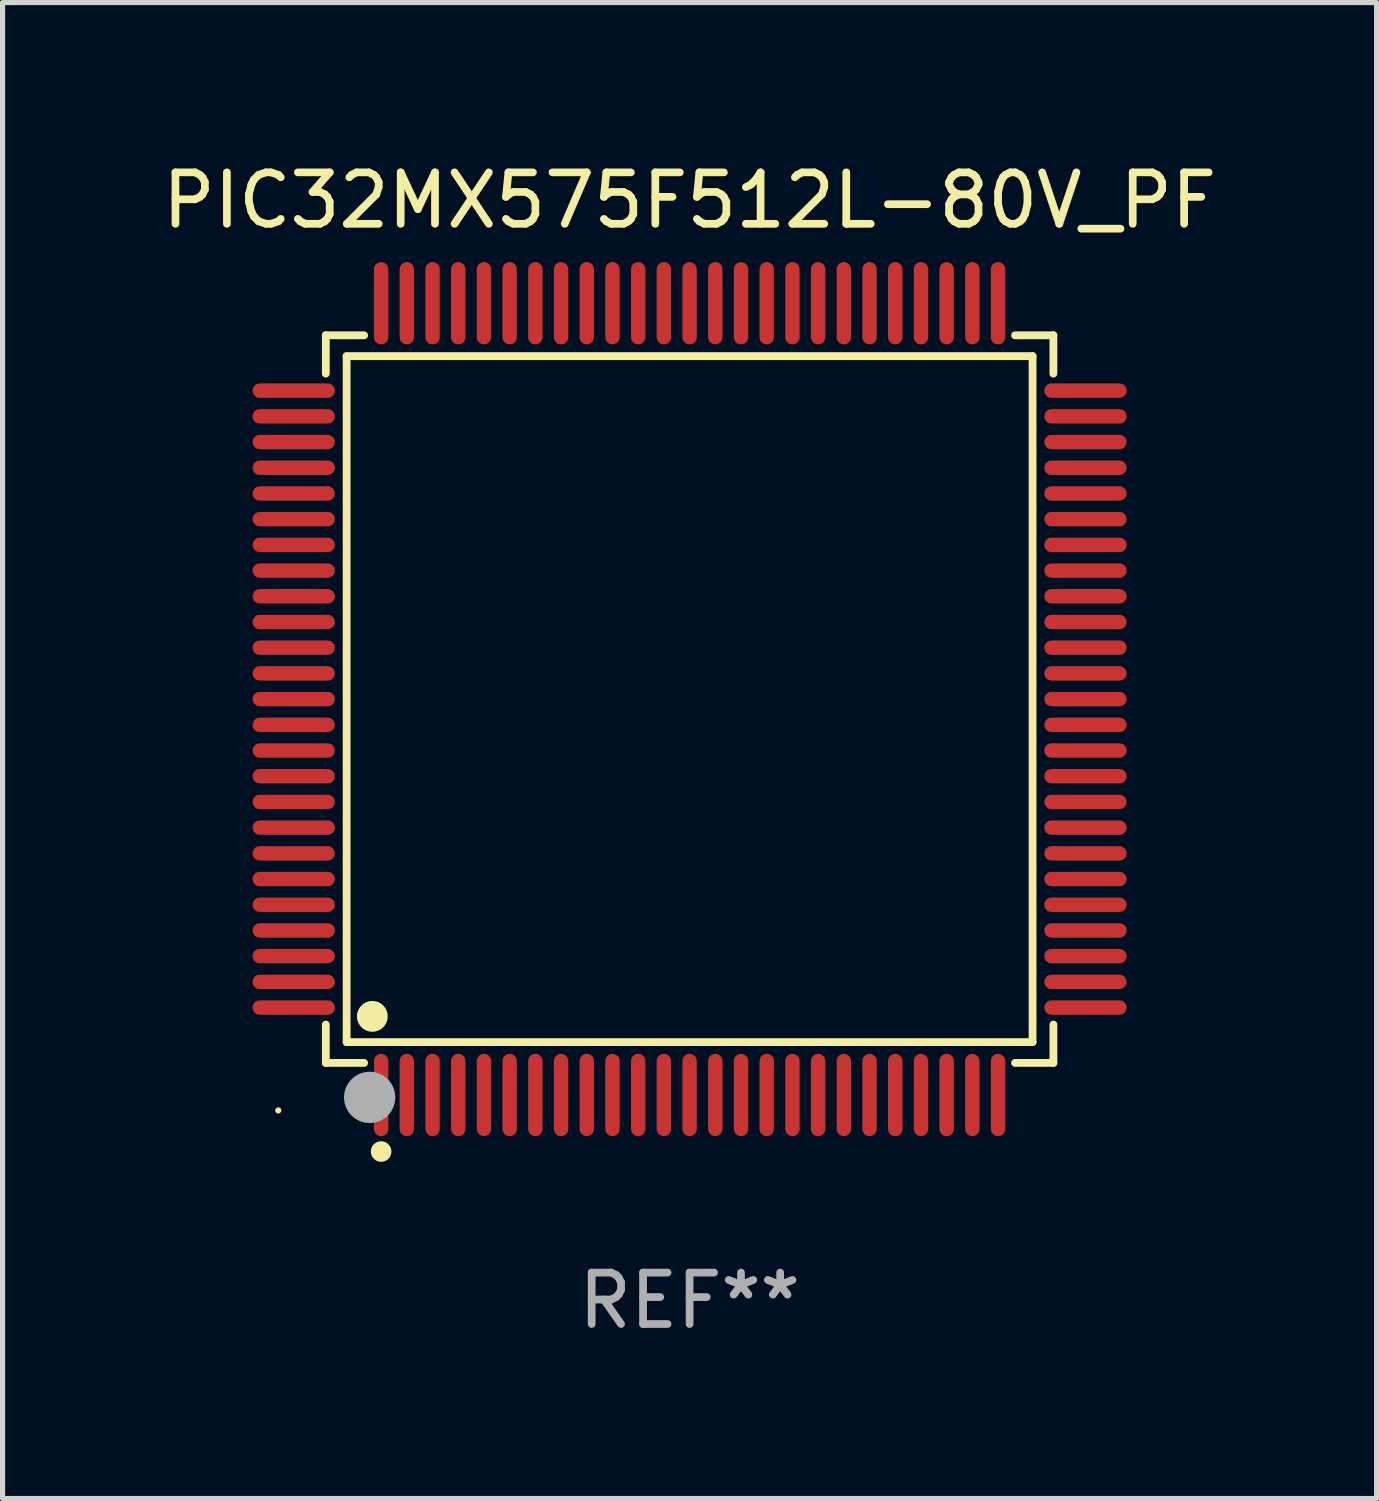
<source format=kicad_pcb>
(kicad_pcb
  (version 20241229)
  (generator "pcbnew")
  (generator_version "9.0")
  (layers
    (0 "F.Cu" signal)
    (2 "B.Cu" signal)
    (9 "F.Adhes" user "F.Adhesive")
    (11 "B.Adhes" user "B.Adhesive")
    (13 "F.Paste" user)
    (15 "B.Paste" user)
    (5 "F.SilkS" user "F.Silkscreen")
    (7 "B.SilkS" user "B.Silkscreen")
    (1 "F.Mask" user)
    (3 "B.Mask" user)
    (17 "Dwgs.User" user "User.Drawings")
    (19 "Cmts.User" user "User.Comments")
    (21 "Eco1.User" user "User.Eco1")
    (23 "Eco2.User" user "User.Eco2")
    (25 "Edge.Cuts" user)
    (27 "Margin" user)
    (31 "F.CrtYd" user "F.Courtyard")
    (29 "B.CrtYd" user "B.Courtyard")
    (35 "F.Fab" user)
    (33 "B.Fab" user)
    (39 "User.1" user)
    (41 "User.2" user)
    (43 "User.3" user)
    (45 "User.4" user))
  (footprint "PIC32MX575F512L-80V_PF"
    (layer "F.Cu")
    (at 10.363 10.548)
    (property "Reference" "PIC32MX575F512L-80V_PF" (at 0 -9.7 0) (layer "F.SilkS") (effects (font (size 1 1) (thickness 0.15))))
    (attr through_hole)
    (fp_line (start -7.076 -7.076) (end -6.331 -7.076) (stroke (width 0.152) (type solid)) (layer "F.SilkS"))
    (fp_line (start -7.076 -6.331) (end -7.076 -7.076) (stroke (width 0.152) (type solid)) (layer "F.SilkS"))
    (fp_line (start -7.076 6.331) (end -7.076 7.076) (stroke (width 0.152) (type solid)) (layer "F.SilkS"))
    (fp_line (start -7.076 7.076) (end -6.331 7.076) (stroke (width 0.152) (type solid)) (layer "F.SilkS"))
    (fp_line (start -6.671 -6.671) (end 6.671 -6.671) (stroke (width 0.152) (type solid)) (layer "F.SilkS"))
    (fp_line (start -6.671 6.671) (end -6.671 -6.671) (stroke (width 0.152) (type solid)) (layer "F.SilkS"))
    (fp_line (start 6.671 -6.671) (end 6.671 6.671) (stroke (width 0.152) (type solid)) (layer "F.SilkS"))
    (fp_line (start 6.671 6.671) (end -6.671 6.671) (stroke (width 0.152) (type solid)) (layer "F.SilkS"))
    (fp_line (start 7.076 -7.076) (end 6.331 -7.076) (stroke (width 0.152) (type solid)) (layer "F.SilkS"))
    (fp_line (start 7.076 -6.331) (end 7.076 -7.076) (stroke (width 0.152) (type solid)) (layer "F.SilkS"))
    (fp_line (start 7.076 6.331) (end 7.076 7.076) (stroke (width 0.152) (type solid)) (layer "F.SilkS"))
    (fp_line (start 7.076 7.076) (end 6.331 7.076) (stroke (width 0.152) (type solid)) (layer "F.SilkS"))
    (fp_circle (center -8 8) (end -7.97 8) (stroke (width 0.06) (type solid)) (fill no) (layer "F.SilkS"))
    (fp_circle (center -6.171 6.171) (end -6.021 6.171) (stroke (width 0.3) (type solid)) (fill no) (layer "F.SilkS"))
    (fp_circle (center -6 8.8) (end -5.9 8.8) (stroke (width 0.2) (type solid)) (fill no) (layer "F.SilkS"))
    (fp_circle (center -6.223 7.747) (end -5.973 7.747) (stroke (width 0.5) (type solid)) (fill no) (layer "F.Fab"))
    (fp_text user "REF**" (at 0 11.7 0) (layer "F.Fab") (effects (font (size 1 1) (thickness 0.15))))
    (pad "1" smd oval (at -6 7.7) (size 0.28 1.6) (layers "F.Cu" "F.Mask" "F.Paste"))
    (pad "2" smd oval (at -5.5 7.7) (size 0.28 1.6) (layers "F.Cu" "F.Mask" "F.Paste"))
    (pad "3" smd oval (at -5 7.7) (size 0.28 1.6) (layers "F.Cu" "F.Mask" "F.Paste"))
    (pad "4" smd oval (at -4.5 7.7) (size 0.28 1.6) (layers "F.Cu" "F.Mask" "F.Paste"))
    (pad "5" smd oval (at -4 7.7) (size 0.28 1.6) (layers "F.Cu" "F.Mask" "F.Paste"))
    (pad "6" smd oval (at -3.5 7.7) (size 0.28 1.6) (layers "F.Cu" "F.Mask" "F.Paste"))
    (pad "7" smd oval (at -3 7.7) (size 0.28 1.6) (layers "F.Cu" "F.Mask" "F.Paste"))
    (pad "8" smd oval (at -2.5 7.7) (size 0.28 1.6) (layers "F.Cu" "F.Mask" "F.Paste"))
    (pad "9" smd oval (at -2 7.7) (size 0.28 1.6) (layers "F.Cu" "F.Mask" "F.Paste"))
    (pad "10" smd oval (at -1.5 7.7) (size 0.28 1.6) (layers "F.Cu" "F.Mask" "F.Paste"))
    (pad "11" smd oval (at -1 7.7) (size 0.28 1.6) (layers "F.Cu" "F.Mask" "F.Paste"))
    (pad "12" smd oval (at -0.5 7.7) (size 0.28 1.6) (layers "F.Cu" "F.Mask" "F.Paste"))
    (pad "13" smd oval (at 0 7.7) (size 0.28 1.6) (layers "F.Cu" "F.Mask" "F.Paste"))
    (pad "14" smd oval (at 0.5 7.7) (size 0.28 1.6) (layers "F.Cu" "F.Mask" "F.Paste"))
    (pad "15" smd oval (at 1 7.7) (size 0.28 1.6) (layers "F.Cu" "F.Mask" "F.Paste"))
    (pad "16" smd oval (at 1.5 7.7) (size 0.28 1.6) (layers "F.Cu" "F.Mask" "F.Paste"))
    (pad "17" smd oval (at 2 7.7) (size 0.28 1.6) (layers "F.Cu" "F.Mask" "F.Paste"))
    (pad "18" smd oval (at 2.5 7.7) (size 0.28 1.6) (layers "F.Cu" "F.Mask" "F.Paste"))
    (pad "19" smd oval (at 3 7.7) (size 0.28 1.6) (layers "F.Cu" "F.Mask" "F.Paste"))
    (pad "20" smd oval (at 3.5 7.7) (size 0.28 1.6) (layers "F.Cu" "F.Mask" "F.Paste"))
    (pad "21" smd oval (at 4 7.7) (size 0.28 1.6) (layers "F.Cu" "F.Mask" "F.Paste"))
    (pad "22" smd oval (at 4.5 7.7) (size 0.28 1.6) (layers "F.Cu" "F.Mask" "F.Paste"))
    (pad "23" smd oval (at 5 7.7) (size 0.28 1.6) (layers "F.Cu" "F.Mask" "F.Paste"))
    (pad "24" smd oval (at 5.5 7.7) (size 0.28 1.6) (layers "F.Cu" "F.Mask" "F.Paste"))
    (pad "25" smd oval (at 6 7.7) (size 0.28 1.6) (layers "F.Cu" "F.Mask" "F.Paste"))
    (pad "26" smd oval (at 7.7 6) (size 1.6 0.28) (layers "F.Cu" "F.Mask" "F.Paste"))
    (pad "27" smd oval (at 7.7 5.5) (size 1.6 0.28) (layers "F.Cu" "F.Mask" "F.Paste"))
    (pad "28" smd oval (at 7.7 5) (size 1.6 0.28) (layers "F.Cu" "F.Mask" "F.Paste"))
    (pad "29" smd oval (at 7.7 4.5) (size 1.6 0.28) (layers "F.Cu" "F.Mask" "F.Paste"))
    (pad "30" smd oval (at 7.7 4) (size 1.6 0.28) (layers "F.Cu" "F.Mask" "F.Paste"))
    (pad "31" smd oval (at 7.7 3.5) (size 1.6 0.28) (layers "F.Cu" "F.Mask" "F.Paste"))
    (pad "32" smd oval (at 7.7 3) (size 1.6 0.28) (layers "F.Cu" "F.Mask" "F.Paste"))
    (pad "33" smd oval (at 7.7 2.5) (size 1.6 0.28) (layers "F.Cu" "F.Mask" "F.Paste"))
    (pad "34" smd oval (at 7.7 2) (size 1.6 0.28) (layers "F.Cu" "F.Mask" "F.Paste"))
    (pad "35" smd oval (at 7.7 1.5) (size 1.6 0.28) (layers "F.Cu" "F.Mask" "F.Paste"))
    (pad "36" smd oval (at 7.7 1) (size 1.6 0.28) (layers "F.Cu" "F.Mask" "F.Paste"))
    (pad "37" smd oval (at 7.7 0.5) (size 1.6 0.28) (layers "F.Cu" "F.Mask" "F.Paste"))
    (pad "38" smd oval (at 7.7 0) (size 1.6 0.28) (layers "F.Cu" "F.Mask" "F.Paste"))
    (pad "39" smd oval (at 7.7 -0.5) (size 1.6 0.28) (layers "F.Cu" "F.Mask" "F.Paste"))
    (pad "40" smd oval (at 7.7 -1) (size 1.6 0.28) (layers "F.Cu" "F.Mask" "F.Paste"))
    (pad "41" smd oval (at 7.7 -1.5) (size 1.6 0.28) (layers "F.Cu" "F.Mask" "F.Paste"))
    (pad "42" smd oval (at 7.7 -2) (size 1.6 0.28) (layers "F.Cu" "F.Mask" "F.Paste"))
    (pad "43" smd oval (at 7.7 -2.5) (size 1.6 0.28) (layers "F.Cu" "F.Mask" "F.Paste"))
    (pad "44" smd oval (at 7.7 -3) (size 1.6 0.28) (layers "F.Cu" "F.Mask" "F.Paste"))
    (pad "45" smd oval (at 7.7 -3.5) (size 1.6 0.28) (layers "F.Cu" "F.Mask" "F.Paste"))
    (pad "46" smd oval (at 7.7 -4) (size 1.6 0.28) (layers "F.Cu" "F.Mask" "F.Paste"))
    (pad "47" smd oval (at 7.7 -4.5) (size 1.6 0.28) (layers "F.Cu" "F.Mask" "F.Paste"))
    (pad "48" smd oval (at 7.7 -5) (size 1.6 0.28) (layers "F.Cu" "F.Mask" "F.Paste"))
    (pad "49" smd oval (at 7.7 -5.5) (size 1.6 0.28) (layers "F.Cu" "F.Mask" "F.Paste"))
    (pad "50" smd oval (at 7.7 -6) (size 1.6 0.28) (layers "F.Cu" "F.Mask" "F.Paste"))
    (pad "51" smd oval (at 6 -7.7) (size 0.28 1.6) (layers "F.Cu" "F.Mask" "F.Paste"))
    (pad "52" smd oval (at 5.5 -7.7) (size 0.28 1.6) (layers "F.Cu" "F.Mask" "F.Paste"))
    (pad "53" smd oval (at 5 -7.7) (size 0.28 1.6) (layers "F.Cu" "F.Mask" "F.Paste"))
    (pad "54" smd oval (at 4.5 -7.7) (size 0.28 1.6) (layers "F.Cu" "F.Mask" "F.Paste"))
    (pad "55" smd oval (at 4 -7.7) (size 0.28 1.6) (layers "F.Cu" "F.Mask" "F.Paste"))
    (pad "56" smd oval (at 3.5 -7.7) (size 0.28 1.6) (layers "F.Cu" "F.Mask" "F.Paste"))
    (pad "57" smd oval (at 3 -7.7) (size 0.28 1.6) (layers "F.Cu" "F.Mask" "F.Paste"))
    (pad "58" smd oval (at 2.5 -7.7) (size 0.28 1.6) (layers "F.Cu" "F.Mask" "F.Paste"))
    (pad "59" smd oval (at 2 -7.7) (size 0.28 1.6) (layers "F.Cu" "F.Mask" "F.Paste"))
    (pad "60" smd oval (at 1.5 -7.7) (size 0.28 1.6) (layers "F.Cu" "F.Mask" "F.Paste"))
    (pad "61" smd oval (at 1 -7.7) (size 0.28 1.6) (layers "F.Cu" "F.Mask" "F.Paste"))
    (pad "62" smd oval (at 0.5 -7.7) (size 0.28 1.6) (layers "F.Cu" "F.Mask" "F.Paste"))
    (pad "63" smd oval (at 0 -7.7) (size 0.28 1.6) (layers "F.Cu" "F.Mask" "F.Paste"))
    (pad "64" smd oval (at -0.5 -7.7) (size 0.28 1.6) (layers "F.Cu" "F.Mask" "F.Paste"))
    (pad "65" smd oval (at -1 -7.7) (size 0.28 1.6) (layers "F.Cu" "F.Mask" "F.Paste"))
    (pad "66" smd oval (at -1.5 -7.7) (size 0.28 1.6) (layers "F.Cu" "F.Mask" "F.Paste"))
    (pad "67" smd oval (at -2 -7.7) (size 0.28 1.6) (layers "F.Cu" "F.Mask" "F.Paste"))
    (pad "68" smd oval (at -2.5 -7.7) (size 0.28 1.6) (layers "F.Cu" "F.Mask" "F.Paste"))
    (pad "69" smd oval (at -3 -7.7) (size 0.28 1.6) (layers "F.Cu" "F.Mask" "F.Paste"))
    (pad "70" smd oval (at -3.5 -7.7) (size 0.28 1.6) (layers "F.Cu" "F.Mask" "F.Paste"))
    (pad "71" smd oval (at -4 -7.7) (size 0.28 1.6) (layers "F.Cu" "F.Mask" "F.Paste"))
    (pad "72" smd oval (at -4.5 -7.7) (size 0.28 1.6) (layers "F.Cu" "F.Mask" "F.Paste"))
    (pad "73" smd oval (at -5 -7.7) (size 0.28 1.6) (layers "F.Cu" "F.Mask" "F.Paste"))
    (pad "74" smd oval (at -5.5 -7.7) (size 0.28 1.6) (layers "F.Cu" "F.Mask" "F.Paste"))
    (pad "75" smd oval (at -6 -7.7) (size 0.28 1.6) (layers "F.Cu" "F.Mask" "F.Paste"))
    (pad "76" smd oval (at -7.7 -6) (size 1.6 0.28) (layers "F.Cu" "F.Mask" "F.Paste"))
    (pad "77" smd oval (at -7.7 -5.5) (size 1.6 0.28) (layers "F.Cu" "F.Mask" "F.Paste"))
    (pad "78" smd oval (at -7.7 -5) (size 1.6 0.28) (layers "F.Cu" "F.Mask" "F.Paste"))
    (pad "79" smd oval (at -7.7 -4.5) (size 1.6 0.28) (layers "F.Cu" "F.Mask" "F.Paste"))
    (pad "80" smd oval (at -7.7 -4) (size 1.6 0.28) (layers "F.Cu" "F.Mask" "F.Paste"))
    (pad "81" smd oval (at -7.7 -3.5) (size 1.6 0.28) (layers "F.Cu" "F.Mask" "F.Paste"))
    (pad "82" smd oval (at -7.7 -3) (size 1.6 0.28) (layers "F.Cu" "F.Mask" "F.Paste"))
    (pad "83" smd oval (at -7.7 -2.5) (size 1.6 0.28) (layers "F.Cu" "F.Mask" "F.Paste"))
    (pad "84" smd oval (at -7.7 -2) (size 1.6 0.28) (layers "F.Cu" "F.Mask" "F.Paste"))
    (pad "85" smd oval (at -7.7 -1.5) (size 1.6 0.28) (layers "F.Cu" "F.Mask" "F.Paste"))
    (pad "86" smd oval (at -7.7 -1) (size 1.6 0.28) (layers "F.Cu" "F.Mask" "F.Paste"))
    (pad "87" smd oval (at -7.7 -0.5) (size 1.6 0.28) (layers "F.Cu" "F.Mask" "F.Paste"))
    (pad "88" smd oval (at -7.7 0) (size 1.6 0.28) (layers "F.Cu" "F.Mask" "F.Paste"))
    (pad "89" smd oval (at -7.7 0.5) (size 1.6 0.28) (layers "F.Cu" "F.Mask" "F.Paste"))
    (pad "90" smd oval (at -7.7 1) (size 1.6 0.28) (layers "F.Cu" "F.Mask" "F.Paste"))
    (pad "91" smd oval (at -7.7 1.5) (size 1.6 0.28) (layers "F.Cu" "F.Mask" "F.Paste"))
    (pad "92" smd oval (at -7.7 2) (size 1.6 0.28) (layers "F.Cu" "F.Mask" "F.Paste"))
    (pad "93" smd oval (at -7.7 2.5) (size 1.6 0.28) (layers "F.Cu" "F.Mask" "F.Paste"))
    (pad "94" smd oval (at -7.7 3) (size 1.6 0.28) (layers "F.Cu" "F.Mask" "F.Paste"))
    (pad "95" smd oval (at -7.7 3.5) (size 1.6 0.28) (layers "F.Cu" "F.Mask" "F.Paste"))
    (pad "96" smd oval (at -7.7 4) (size 1.6 0.28) (layers "F.Cu" "F.Mask" "F.Paste"))
    (pad "97" smd oval (at -7.7 4.5) (size 1.6 0.28) (layers "F.Cu" "F.Mask" "F.Paste"))
    (pad "98" smd oval (at -7.7 5) (size 1.6 0.28) (layers "F.Cu" "F.Mask" "F.Paste"))
    (pad "99" smd oval (at -7.7 5.5) (size 1.6 0.28) (layers "F.Cu" "F.Mask" "F.Paste"))
    (pad "100" smd oval (at -7.7 6) (size 1.6 0.28) (layers "F.Cu" "F.Mask" "F.Paste")))
  (gr_rect
    (start -3 -3)
    (end 23.726 26.097)
    (stroke (width 0.1) (type default))
    (fill no)
    (layer "Edge.Cuts")))
</source>
